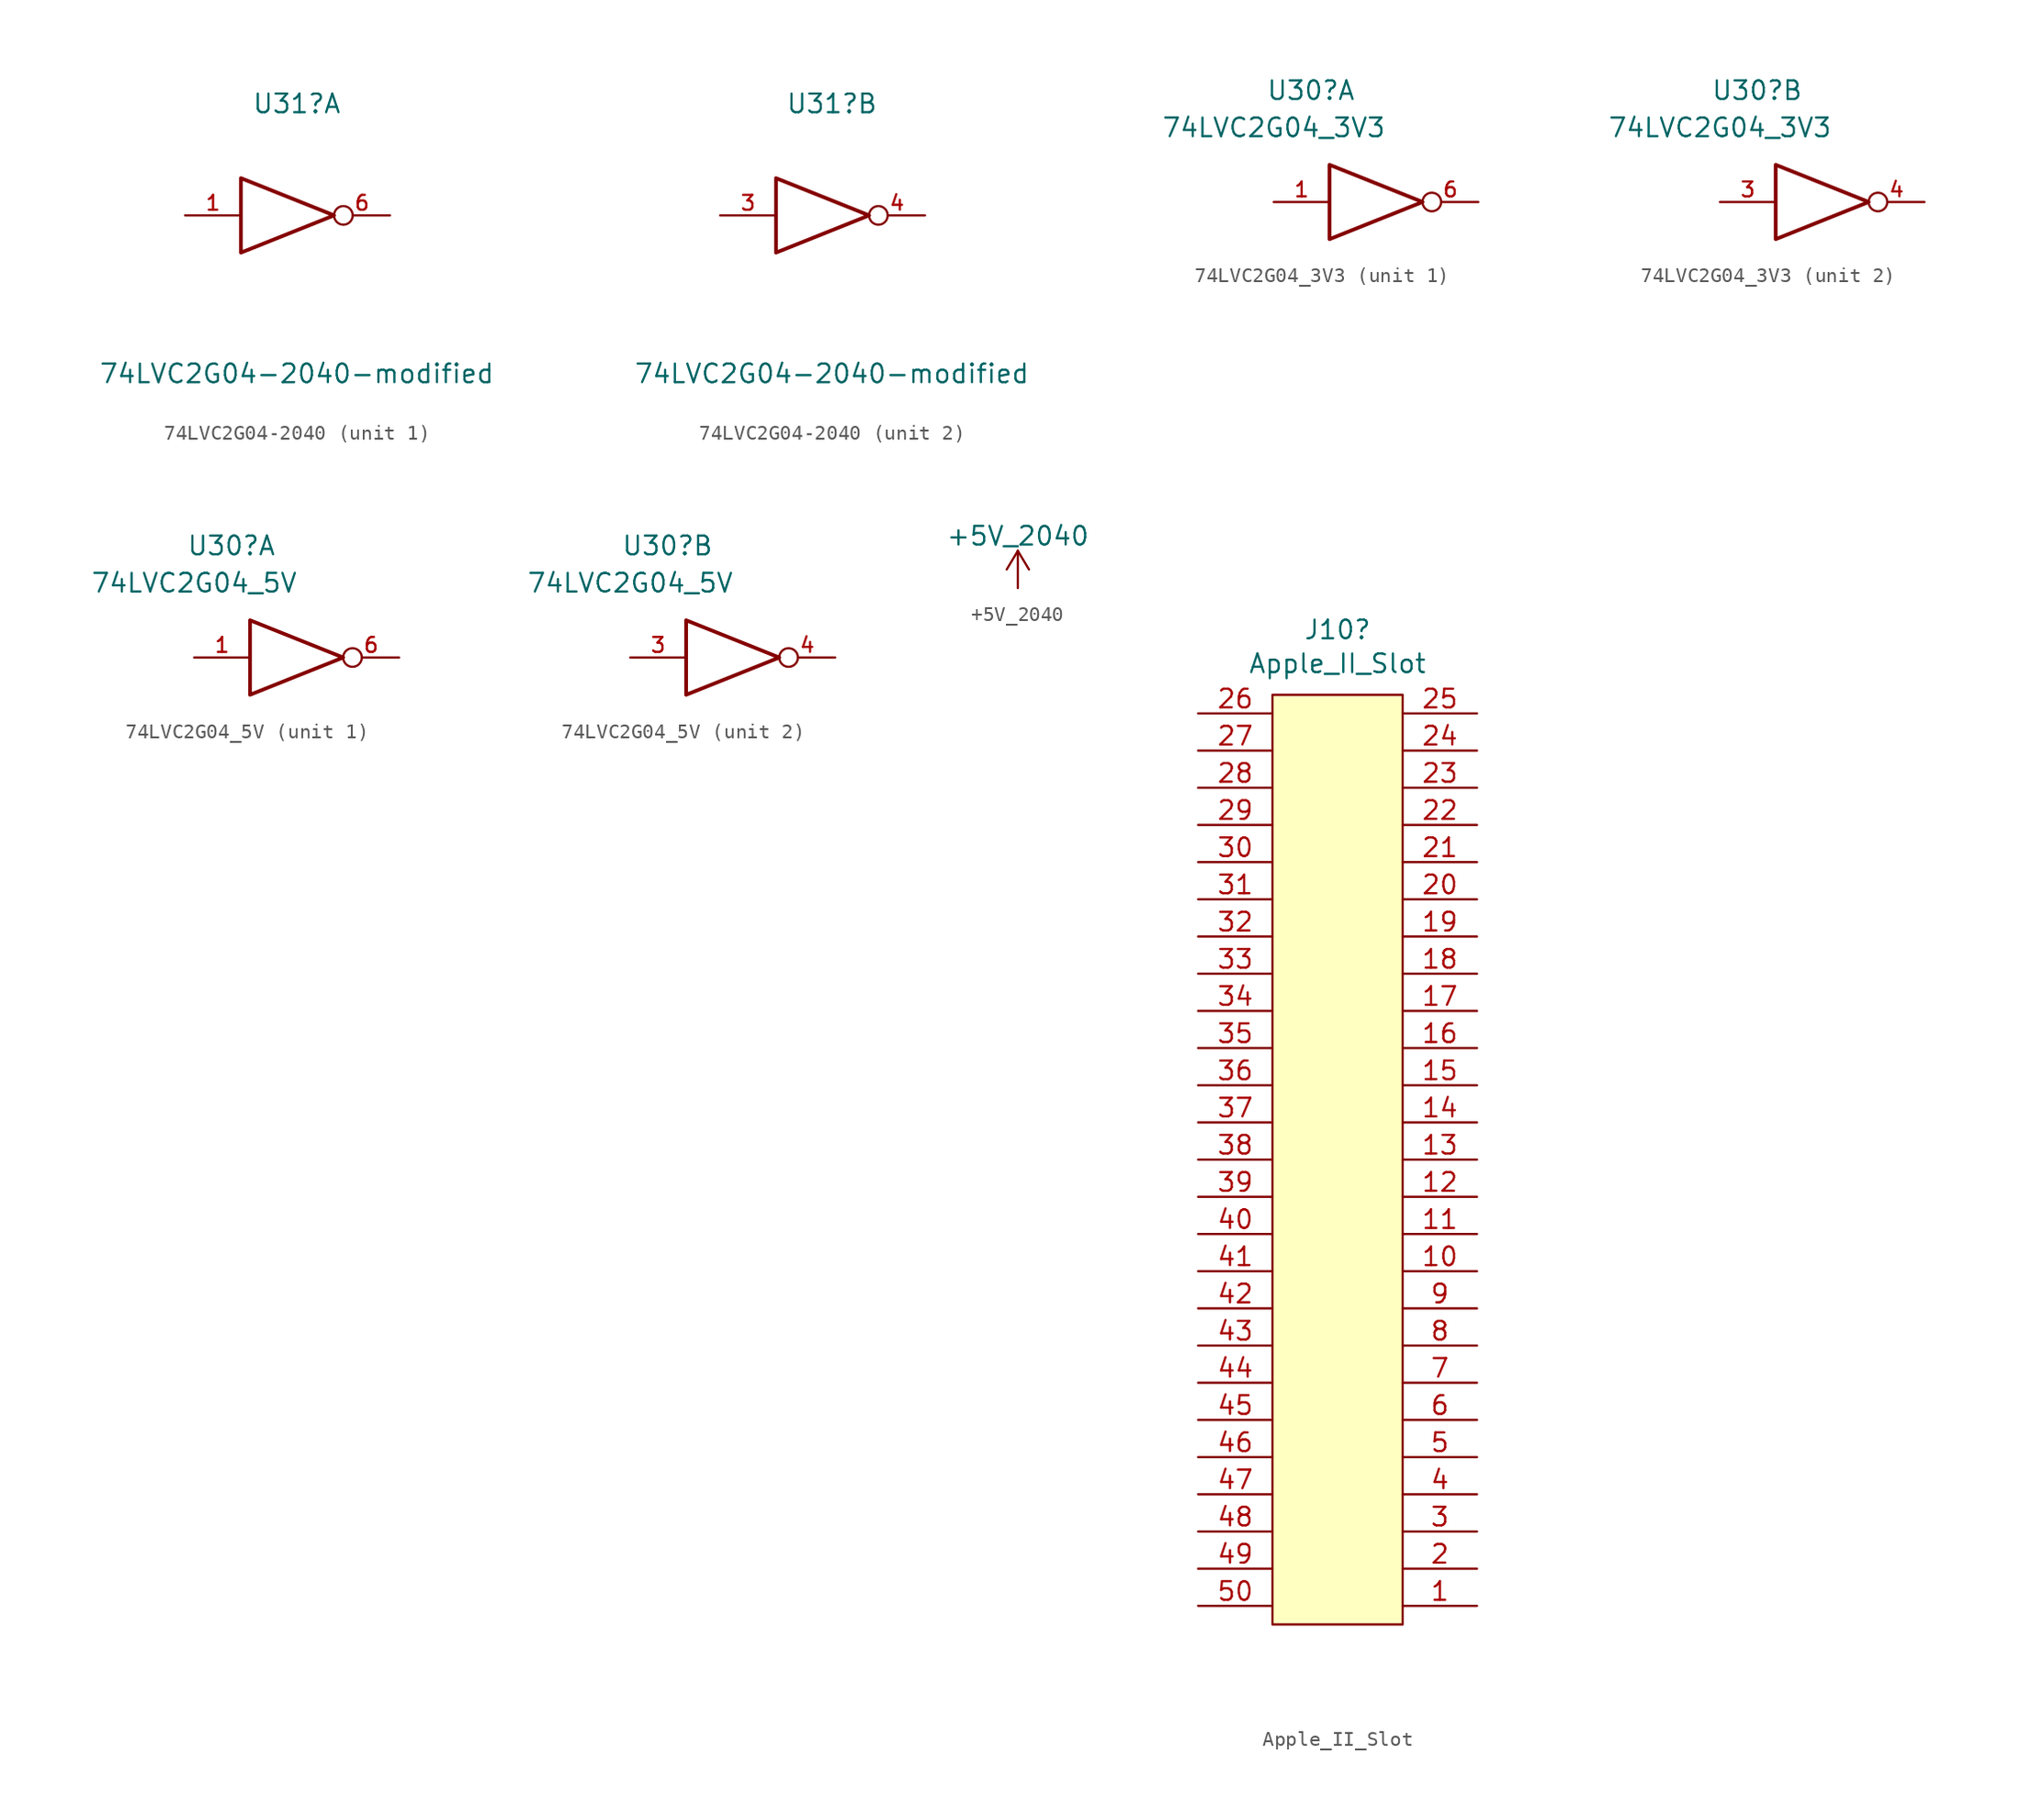
<source format=kicad_sym>
(kicad_symbol_lib
  (version 20220914)
  (generator kicad_symbol_editor)
  (symbol "74LVC2G04-2040"
    (pin_names
      (offset 1.016))
    (property "Reference" "U31"
      (at 0 7.62 0)
      (effects (font (size 1.27 1.27))))
    (property "Value" "74LVC2G04-2040-modified"
      (at 0 -10.795 0)
      (effects (font (size 1.27 1.27))))
    (symbol "74LVC2G04-2040_0_1"
      (polyline (pts (xy -3.81 2.54) (xy -3.81 -2.54) (xy 2.54 0) (xy -3.81 2.54)) (stroke (width 0.254) (type default)) (fill (type none)))
      (pin power_in line (at 0 -2.54 270) (length 0) hide (name "GND" (effects (font (size 1.016 1.016)))) (number "2" (effects (font (size 1.016 1.016)))))
      (pin power_in line (at 0 2.54 90) (length 0) hide (name "+5V_2040" (effects (font (size 1.016 1.016)))) (number "5" (effects (font (size 1.016 1.016))))))
    (symbol "74LVC2G04-2040_1_1"
      (pin input line (at -7.62 0 0) (length 3.81) (name "~" (effects (font (size 1.016 1.016)))) (number "1" (effects (font (size 1.016 1.016)))))
      (pin output inverted (at 6.35 0 180) (length 3.81) (name "~" (effects (font (size 1.016 1.016)))) (number "6" (effects (font (size 1.016 1.016))))))
    (symbol "74LVC2G04-2040_2_1"
      (pin input line (at -7.62 0 0) (length 3.81) (name "~" (effects (font (size 1.016 1.016)))) (number "3" (effects (font (size 1.016 1.016)))))
      (pin output inverted (at 6.35 0 180) (length 3.81) (name "~" (effects (font (size 1.016 1.016)))) (number "4" (effects (font (size 1.016 1.016)))))))
  (symbol "74LVC2G04_3V3"
    (pin_names
      (offset 1.016))
    (property "Reference" "U30"
      (at -5.08 7.62 0)
      (effects (font (size 1.27 1.27))))
    (property "Value" "74LVC2G04_3V3"
      (at -7.62 5.08 0)
      (effects (font (size 1.27 1.27))))
    (symbol "74LVC2G04_3V3_0_1"
      (polyline (pts (xy -3.81 2.54) (xy -3.81 -2.54) (xy 2.54 0) (xy -3.81 2.54)) (stroke (width 0.254) (type default)) (fill (type none)))
      (pin power_in line (at 0 -2.54 270) (length 0) hide (name "GND" (effects (font (size 1.016 1.016)))) (number "2" (effects (font (size 1.016 1.016)))))
      (pin power_in line (at 0 2.54 90) (length 0) hide (name "+3V3" (effects (font (size 1.016 1.016)))) (number "5" (effects (font (size 1.016 1.016))))))
    (symbol "74LVC2G04_3V3_1_1"
      (pin input line (at -7.62 0 0) (length 3.81) (name "~" (effects (font (size 1.016 1.016)))) (number "1" (effects (font (size 1.016 1.016)))))
      (pin output inverted (at 6.35 0 180) (length 3.81) (name "~" (effects (font (size 1.016 1.016)))) (number "6" (effects (font (size 1.016 1.016))))))
    (symbol "74LVC2G04_3V3_2_1"
      (pin input line (at -7.62 0 0) (length 3.81) (name "~" (effects (font (size 1.016 1.016)))) (number "3" (effects (font (size 1.016 1.016)))))
      (pin output inverted (at 6.35 0 180) (length 3.81) (name "~" (effects (font (size 1.016 1.016)))) (number "4" (effects (font (size 1.016 1.016)))))))
  (symbol "74LVC2G04_5V"
    (pin_names
      (offset 1.016))
    (property "Reference" "U30"
      (at -5.08 7.62 0)
      (effects (font (size 1.27 1.27))))
    (property "Value" "74LVC2G04_5V"
      (at -7.62 5.08 0)
      (effects (font (size 1.27 1.27))))
    (symbol "74LVC2G04_5V_0_1"
      (polyline (pts (xy -3.81 2.54) (xy -3.81 -2.54) (xy 2.54 0) (xy -3.81 2.54)) (stroke (width 0.254) (type default)) (fill (type none)))
      (pin power_in line (at 0 -2.54 270) (length 0) hide (name "GND" (effects (font (size 1.016 1.016)))) (number "2" (effects (font (size 1.016 1.016)))))
      (pin power_in line (at 0 2.54 90) (length 0) hide (name "+5V" (effects (font (size 1.016 1.016)))) (number "5" (effects (font (size 1.016 1.016))))))
    (symbol "74LVC2G04_5V_1_1"
      (pin input line (at -7.62 0 0) (length 3.81) (name "~" (effects (font (size 1.016 1.016)))) (number "1" (effects (font (size 1.016 1.016)))))
      (pin output inverted (at 6.35 0 180) (length 3.81) (name "~" (effects (font (size 1.016 1.016)))) (number "6" (effects (font (size 1.016 1.016))))))
    (symbol "74LVC2G04_5V_2_1"
      (pin input line (at -7.62 0 0) (length 3.81) (name "~" (effects (font (size 1.016 1.016)))) (number "3" (effects (font (size 1.016 1.016)))))
      (pin output inverted (at 6.35 0 180) (length 3.81) (name "~" (effects (font (size 1.016 1.016)))) (number "4" (effects (font (size 1.016 1.016)))))))
  (symbol "+5V_2040"
    (power)
    (pin_names
      (offset 0))
    (property "Reference" "#PWR"
      (at 0 -3.81 0)
      (effects (font (size 1.27 1.27)) hide))
    (property "Value" "+5V_2040"
      (at 0 3.556 0)
      (effects (font (size 1.27 1.27))))
    (symbol "+5V_2040_0_1"
      (polyline (pts (xy -0.762 1.27) (xy 0 2.54)) (stroke (width 0) (type default)) (fill (type none)))
      (polyline (pts (xy 0 0) (xy 0 2.54)) (stroke (width 0) (type default)) (fill (type none)))
      (polyline (pts (xy 0 2.54) (xy 0.762 1.27)) (stroke (width 0) (type default)) (fill (type none))))
    (symbol "+5V_2040_1_1"
      (pin power_in line (at 0 0 90) (length 0) hide (name "+5V_2040" (effects (font (size 1.27 1.27)))) (number "1" (effects (font (size 1.27 1.27)))))))
  (symbol "Apple_II_Slot"
    (pin_names
      (offset 1.016))
    (property "Reference" "J10"
      (at 0.635 34.925 0)
      (effects (font (size 1.27 1.27))))
    (property "Value" "Apple_II_Slot"
      (at 0.635 32.614 0)
      (effects (font (size 1.27 1.27))))
    (symbol "Apple_II_Slot_0_0"
      (rectangle (start -3.81 30.48) (end 5.08 -33.02) (stroke (width 0) (type default)) (fill (type background))))
    (symbol "Apple_II_Slot_1_1"
      (pin bidirectional line (at 10.16 -31.75 180) (length 5.08) (name "~" (effects (font (size 1.27 1.27)))) (number "1" (effects (font (size 1.27 1.27)))))
      (pin bidirectional line (at 10.16 -8.89 180) (length 5.08) (name "~" (effects (font (size 1.27 1.27)))) (number "10" (effects (font (size 1.27 1.27)))))
      (pin bidirectional line (at 10.16 -6.35 180) (length 5.08) (name "~" (effects (font (size 1.27 1.27)))) (number "11" (effects (font (size 1.27 1.27)))))
      (pin bidirectional line (at 10.16 -3.81 180) (length 5.08) (name "~" (effects (font (size 1.27 1.27)))) (number "12" (effects (font (size 1.27 1.27)))))
      (pin bidirectional line (at 10.16 -1.27 180) (length 5.08) (name "~" (effects (font (size 1.27 1.27)))) (number "13" (effects (font (size 1.27 1.27)))))
      (pin bidirectional line (at 10.16 1.27 180) (length 5.08) (name "~" (effects (font (size 1.27 1.27)))) (number "14" (effects (font (size 1.27 1.27)))))
      (pin bidirectional line (at 10.16 3.81 180) (length 5.08) (name "~" (effects (font (size 1.27 1.27)))) (number "15" (effects (font (size 1.27 1.27)))))
      (pin bidirectional line (at 10.16 6.35 180) (length 5.08) (name "~" (effects (font (size 1.27 1.27)))) (number "16" (effects (font (size 1.27 1.27)))))
      (pin bidirectional line (at 10.16 8.89 180) (length 5.08) (name "~" (effects (font (size 1.27 1.27)))) (number "17" (effects (font (size 1.27 1.27)))))
      (pin bidirectional line (at 10.16 11.43 180) (length 5.08) (name "~" (effects (font (size 1.27 1.27)))) (number "18" (effects (font (size 1.27 1.27)))))
      (pin bidirectional line (at 10.16 13.97 180) (length 5.08) (name "~" (effects (font (size 1.27 1.27)))) (number "19" (effects (font (size 1.27 1.27)))))
      (pin bidirectional line (at 10.16 -29.21 180) (length 5.08) (name "~" (effects (font (size 1.27 1.27)))) (number "2" (effects (font (size 1.27 1.27)))))
      (pin bidirectional line (at 10.16 16.51 180) (length 5.08) (name "~" (effects (font (size 1.27 1.27)))) (number "20" (effects (font (size 1.27 1.27)))))
      (pin bidirectional line (at 10.16 19.05 180) (length 5.08) (name "~" (effects (font (size 1.27 1.27)))) (number "21" (effects (font (size 1.27 1.27)))))
      (pin bidirectional line (at 10.16 21.59 180) (length 5.08) (name "~" (effects (font (size 1.27 1.27)))) (number "22" (effects (font (size 1.27 1.27)))))
      (pin bidirectional line (at 10.16 24.13 180) (length 5.08) (name "~" (effects (font (size 1.27 1.27)))) (number "23" (effects (font (size 1.27 1.27)))))
      (pin bidirectional line (at 10.16 26.67 180) (length 5.08) (name "~" (effects (font (size 1.27 1.27)))) (number "24" (effects (font (size 1.27 1.27)))))
      (pin bidirectional line (at 10.16 29.21 180) (length 5.08) (name "~" (effects (font (size 1.27 1.27)))) (number "25" (effects (font (size 1.27 1.27)))))
      (pin bidirectional line (at -8.89 29.21 0) (length 5.08) (name "~" (effects (font (size 1.27 1.27)))) (number "26" (effects (font (size 1.27 1.27)))))
      (pin bidirectional line (at -8.89 26.67 0) (length 5.08) (name "~" (effects (font (size 1.27 1.27)))) (number "27" (effects (font (size 1.27 1.27)))))
      (pin bidirectional line (at -8.89 24.13 0) (length 5.08) (name "~" (effects (font (size 1.27 1.27)))) (number "28" (effects (font (size 1.27 1.27)))))
      (pin bidirectional line (at -8.89 21.59 0) (length 5.08) (name "~" (effects (font (size 1.27 1.27)))) (number "29" (effects (font (size 1.27 1.27)))))
      (pin bidirectional line (at 10.16 -26.67 180) (length 5.08) (name "~" (effects (font (size 1.27 1.27)))) (number "3" (effects (font (size 1.27 1.27)))))
      (pin bidirectional line (at -8.89 19.05 0) (length 5.08) (name "" (effects (font (size 1.27 1.27)))) (number "30" (effects (font (size 1.27 1.27)))))
      (pin bidirectional line (at -8.89 16.51 0) (length 5.08) (name "~" (effects (font (size 1.27 1.27)))) (number "31" (effects (font (size 1.27 1.27)))))
      (pin bidirectional line (at -8.89 13.97 0) (length 5.08) (name "~" (effects (font (size 1.27 1.27)))) (number "32" (effects (font (size 1.27 1.27)))))
      (pin bidirectional line (at -8.89 11.43 0) (length 5.08) (name "~" (effects (font (size 1.27 1.27)))) (number "33" (effects (font (size 1.27 1.27)))))
      (pin bidirectional line (at -8.89 8.89 0) (length 5.08) (name "~" (effects (font (size 1.27 1.27)))) (number "34" (effects (font (size 1.27 1.27)))))
      (pin bidirectional line (at -8.89 6.35 0) (length 5.08) (name "~" (effects (font (size 1.27 1.27)))) (number "35" (effects (font (size 1.27 1.27)))))
      (pin bidirectional line (at -8.89 3.81 0) (length 5.08) (name "~" (effects (font (size 1.27 1.27)))) (number "36" (effects (font (size 1.27 1.27)))))
      (pin bidirectional line (at -8.89 1.27 0) (length 5.08) (name "~" (effects (font (size 1.27 1.27)))) (number "37" (effects (font (size 1.27 1.27)))))
      (pin bidirectional line (at -8.89 -1.27 0) (length 5.08) (name "~" (effects (font (size 1.27 1.27)))) (number "38" (effects (font (size 1.27 1.27)))))
      (pin bidirectional line (at -8.89 -3.81 0) (length 5.08) (name "~" (effects (font (size 1.27 1.27)))) (number "39" (effects (font (size 1.27 1.27)))))
      (pin bidirectional line (at 10.16 -24.13 180) (length 5.08) (name "~" (effects (font (size 1.27 1.27)))) (number "4" (effects (font (size 1.27 1.27)))))
      (pin bidirectional line (at -8.89 -6.35 0) (length 5.08) (name "~" (effects (font (size 1.27 1.27)))) (number "40" (effects (font (size 1.27 1.27)))))
      (pin bidirectional line (at -8.89 -8.89 0) (length 5.08) (name "~" (effects (font (size 1.27 1.27)))) (number "41" (effects (font (size 1.27 1.27)))))
      (pin bidirectional line (at -8.89 -11.43 0) (length 5.08) (name "~" (effects (font (size 1.27 1.27)))) (number "42" (effects (font (size 1.27 1.27)))))
      (pin bidirectional line (at -8.89 -13.97 0) (length 5.08) (name "~" (effects (font (size 1.27 1.27)))) (number "43" (effects (font (size 1.27 1.27)))))
      (pin bidirectional line (at -8.89 -16.51 0) (length 5.08) (name "~" (effects (font (size 1.27 1.27)))) (number "44" (effects (font (size 1.27 1.27)))))
      (pin bidirectional line (at -8.89 -19.05 0) (length 5.08) (name "~" (effects (font (size 1.27 1.27)))) (number "45" (effects (font (size 1.27 1.27)))))
      (pin bidirectional line (at -8.89 -21.59 0) (length 5.08) (name "~" (effects (font (size 1.27 1.27)))) (number "46" (effects (font (size 1.27 1.27)))))
      (pin bidirectional line (at -8.89 -24.13 0) (length 5.08) (name "~" (effects (font (size 1.27 1.27)))) (number "47" (effects (font (size 1.27 1.27)))))
      (pin bidirectional line (at -8.89 -26.67 0) (length 5.08) (name "~" (effects (font (size 1.27 1.27)))) (number "48" (effects (font (size 1.27 1.27)))))
      (pin bidirectional line (at -8.89 -29.21 0) (length 5.08) (name "~" (effects (font (size 1.27 1.27)))) (number "49" (effects (font (size 1.27 1.27)))))
      (pin bidirectional line (at 10.16 -21.59 180) (length 5.08) (name "~" (effects (font (size 1.27 1.27)))) (number "5" (effects (font (size 1.27 1.27)))))
      (pin bidirectional line (at -8.89 -31.75 0) (length 5.08) (name "~" (effects (font (size 1.27 1.27)))) (number "50" (effects (font (size 1.27 1.27)))))
      (pin bidirectional line (at 10.16 -19.05 180) (length 5.08) (name "~" (effects (font (size 1.27 1.27)))) (number "6" (effects (font (size 1.27 1.27)))))
      (pin bidirectional line (at 10.16 -16.51 180) (length 5.08) (name "~" (effects (font (size 1.27 1.27)))) (number "7" (effects (font (size 1.27 1.27)))))
      (pin bidirectional line (at 10.16 -13.97 180) (length 5.08) (name "~" (effects (font (size 1.27 1.27)))) (number "8" (effects (font (size 1.27 1.27)))))
      (pin bidirectional line (at 10.16 -11.43 180) (length 5.08) (name "~" (effects (font (size 1.27 1.27)))) (number "9" (effects (font (size 1.27 1.27))))))))
</source>
